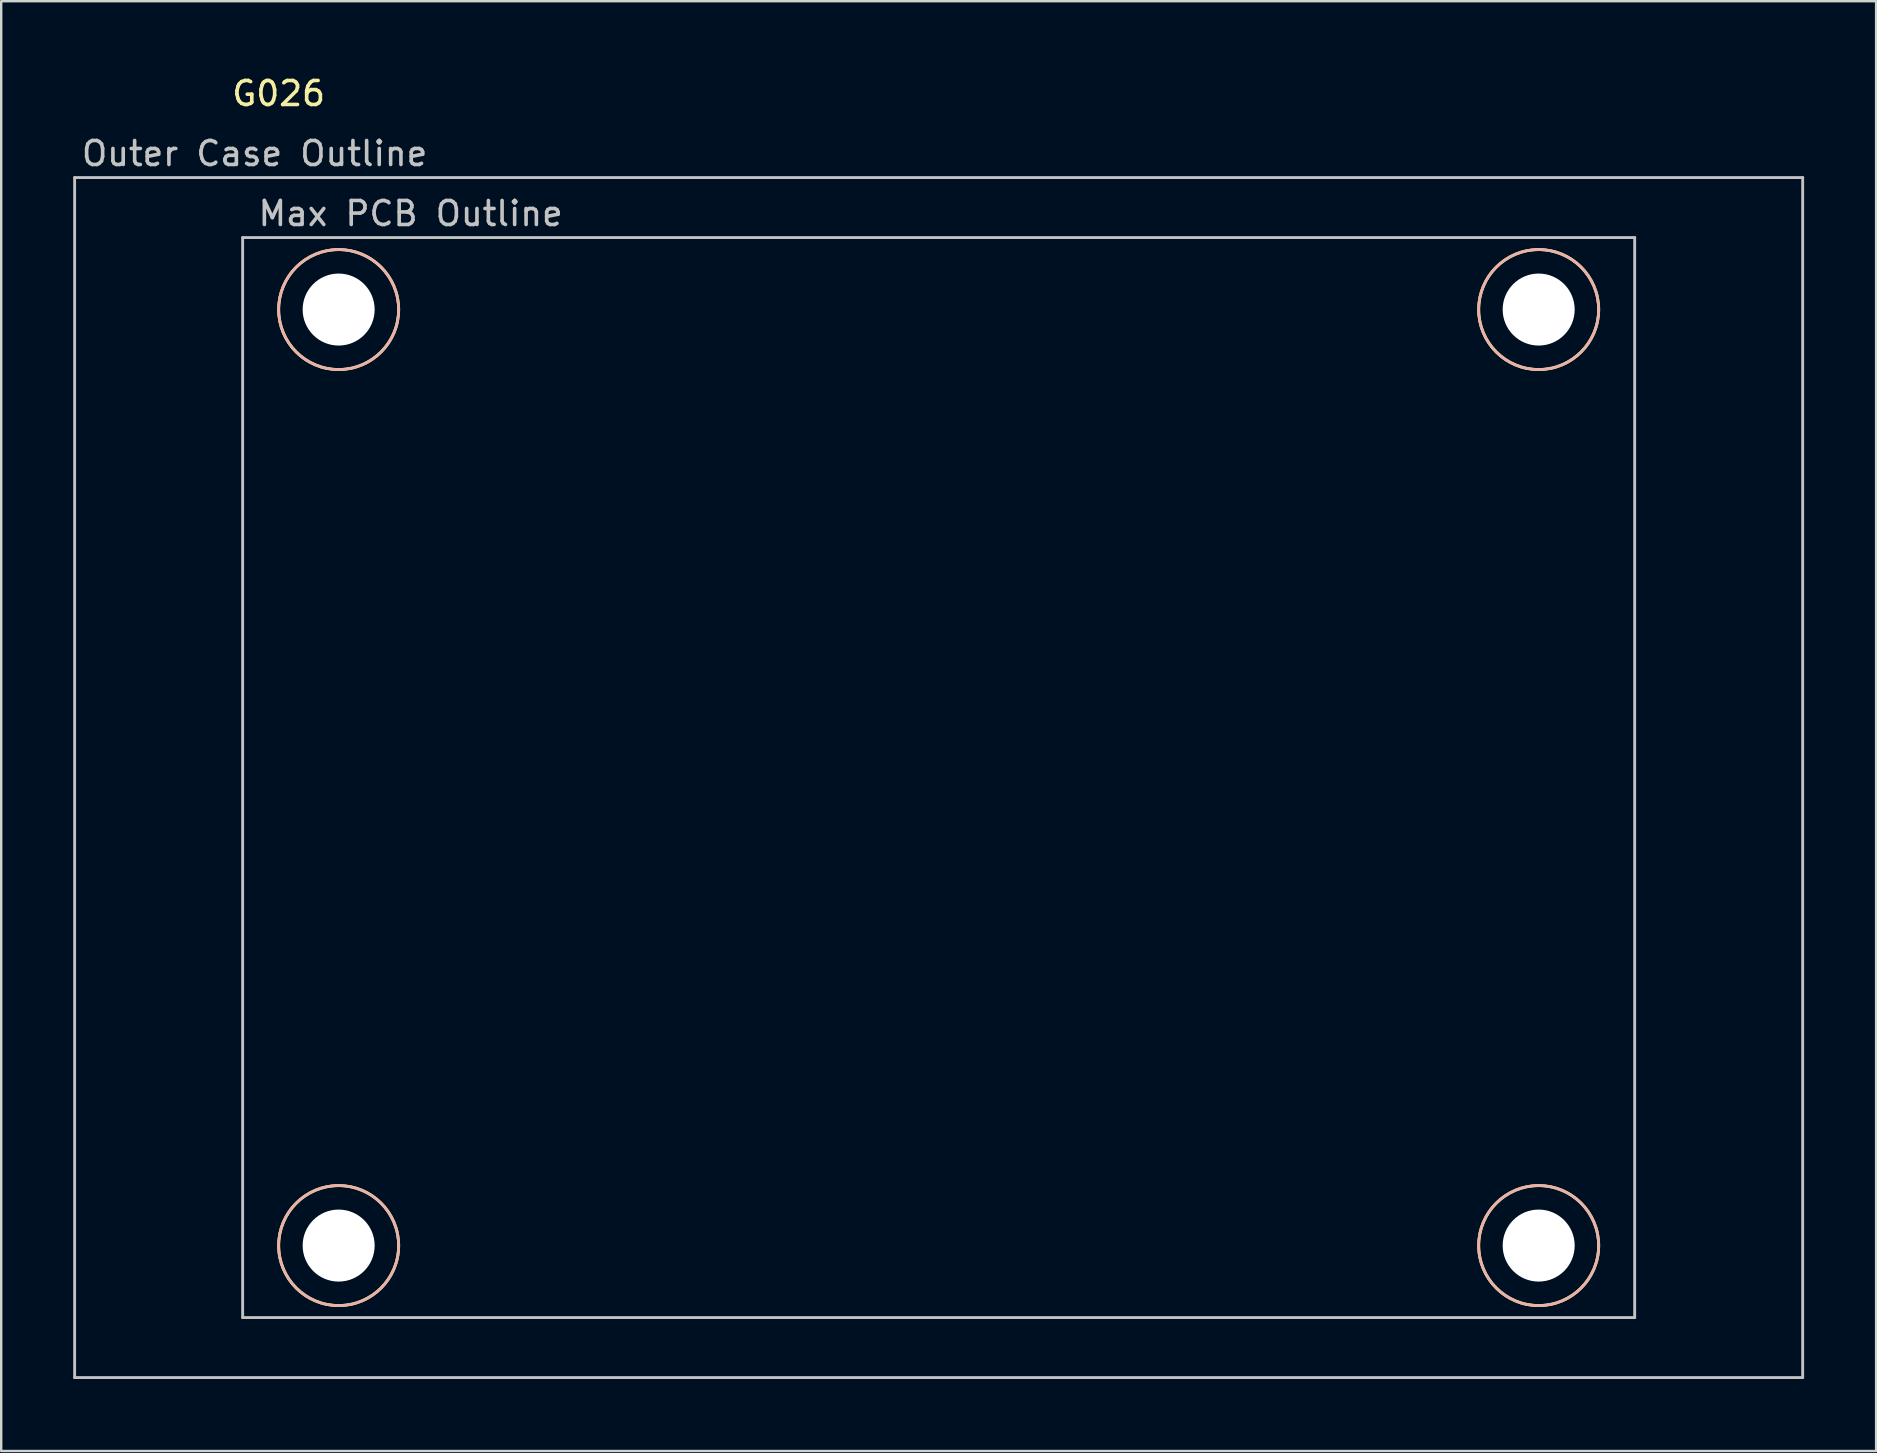
<source format=kicad_pcb>
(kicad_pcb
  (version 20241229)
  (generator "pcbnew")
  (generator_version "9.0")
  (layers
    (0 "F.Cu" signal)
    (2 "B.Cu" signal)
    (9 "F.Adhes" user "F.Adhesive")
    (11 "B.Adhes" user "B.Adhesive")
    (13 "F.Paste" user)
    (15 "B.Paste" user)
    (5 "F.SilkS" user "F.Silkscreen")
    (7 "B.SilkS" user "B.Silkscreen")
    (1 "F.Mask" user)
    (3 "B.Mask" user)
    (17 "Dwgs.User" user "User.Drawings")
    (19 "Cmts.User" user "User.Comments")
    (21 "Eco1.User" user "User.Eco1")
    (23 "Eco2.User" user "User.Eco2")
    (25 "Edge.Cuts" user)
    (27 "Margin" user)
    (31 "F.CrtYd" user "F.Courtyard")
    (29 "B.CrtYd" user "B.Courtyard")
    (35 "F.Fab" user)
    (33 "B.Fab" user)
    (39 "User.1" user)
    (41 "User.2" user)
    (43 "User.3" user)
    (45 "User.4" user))
  (footprint "G026"
    (layer "F.Cu")
    (at 11.06 9.848)
    (property "Reference" "G026" (at -2.5 -9 0) (layer "F.SilkS") (effects (font (size 1 1) (thickness 0.15))))
    (attr through_hole)
    (fp_circle (center 0 0) (end -2.5 0) (stroke (width 0.12) (type solid)) (fill no) (layer "F.SilkS"))
    (fp_circle (center 0 39) (end -2.5 39) (stroke (width 0.12) (type solid)) (fill no) (layer "F.SilkS"))
    (fp_circle (center 50 0) (end 47.5 0) (stroke (width 0.12) (type solid)) (fill no) (layer "F.SilkS"))
    (fp_circle (center 50 39) (end 47.5 39) (stroke (width 0.12) (type solid)) (fill no) (layer "F.SilkS"))
    (fp_circle (center 0 0) (end -2.5 0) (stroke (width 0.12) (type solid)) (fill no) (layer "B.SilkS"))
    (fp_circle (center 0 39) (end -2.5 39) (stroke (width 0.12) (type solid)) (fill no) (layer "B.SilkS"))
    (fp_circle (center 50 0) (end 47.5 0) (stroke (width 0.12) (type solid)) (fill no) (layer "B.SilkS"))
    (fp_circle (center 50 39) (end 47.5 39) (stroke (width 0.12) (type solid)) (fill no) (layer "B.SilkS"))
    (fp_line (start -11 -5.5) (end -11 44.5) (stroke (width 0.12) (type solid)) (layer "Dwgs.User"))
    (fp_line (start -11 -5.5) (end 61 -5.5) (stroke (width 0.12) (type solid)) (layer "Dwgs.User"))
    (fp_line (start -11 44.5) (end 61 44.5) (stroke (width 0.12) (type solid)) (layer "Dwgs.User"))
    (fp_line (start -4 -3) (end -4 42) (stroke (width 0.12) (type solid)) (layer "Dwgs.User"))
    (fp_line (start -4 -3) (end 54 -3) (stroke (width 0.12) (type solid)) (layer "Dwgs.User"))
    (fp_line (start -4 42) (end 54 42) (stroke (width 0.12) (type solid)) (layer "Dwgs.User"))
    (fp_line (start 54 -3) (end 54 42) (stroke (width 0.12) (type solid)) (layer "Dwgs.User"))
    (fp_line (start 61 -5.5) (end 61 44.5) (stroke (width 0.12) (type solid)) (layer "Dwgs.User"))
    (fp_text user "Max PCB Outline" (at 3 -4 0) (layer "Dwgs.User") (effects (font (size 1 1) (thickness 0.15))))
    (fp_text user "Outer Case Outline" (at -3.5 -6.5 0) (layer "Dwgs.User") (effects (font (size 1 1) (thickness 0.15))))
    (pad "" np_thru_hole circle (at 0 0) (size 3 3) (drill 3) (layers "*.Cu" "*.Mask"))
    (pad "" np_thru_hole circle (at 0 39) (size 3 3) (drill 3) (layers "*.Cu" "*.Mask"))
    (pad "" np_thru_hole circle (at 50 0) (size 3 3) (drill 3) (layers "*.Cu" "*.Mask"))
    (pad "" np_thru_hole circle (at 50 39) (size 3 3) (drill 3) (layers "*.Cu" "*.Mask")))
  (gr_rect
    (start -3 -3)
    (end 75.12 57.408)
    (stroke (width 0.1) (type default))
    (fill no)
    (layer "Edge.Cuts")))
</source>
